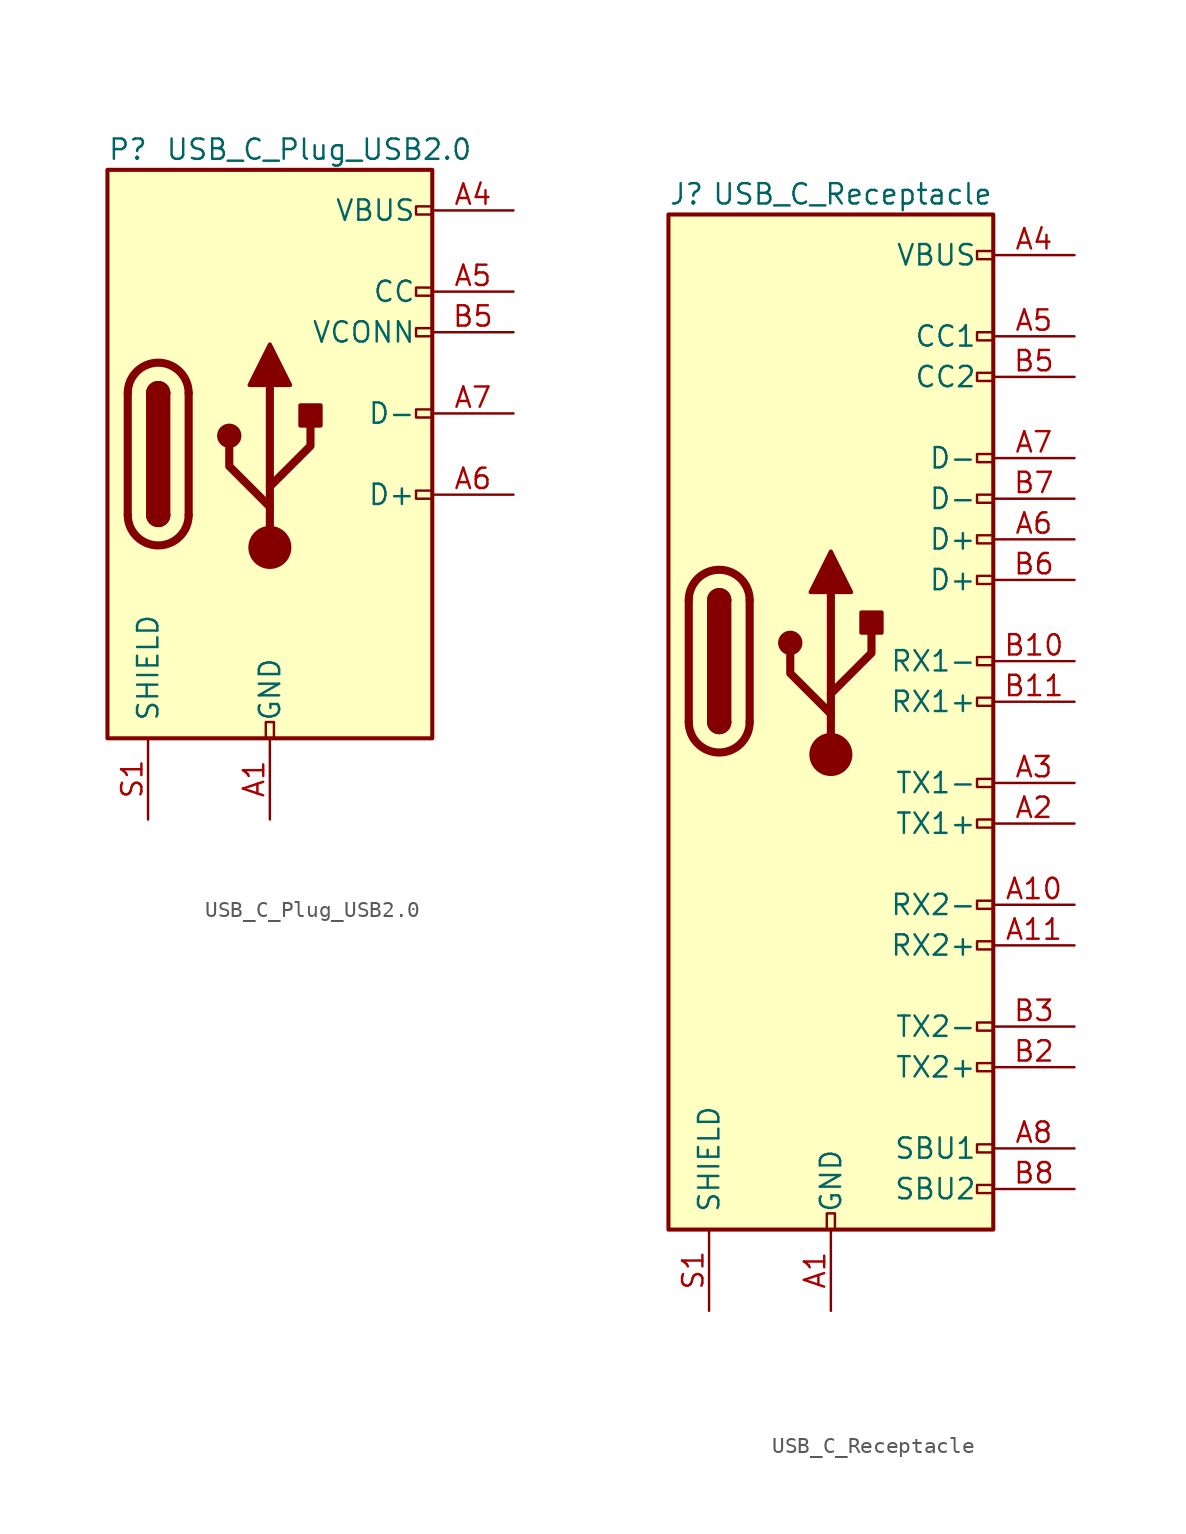
<source format=kicad_sym>
(kicad_symbol_lib
  (version 20201005)
  (generator kicad_symbol_editor)
  (symbol "Connector:USB_C_Plug_USB2.0"
    (pin_names
      (offset 1.016))
    (property "Reference" "P"
      (at -10.16 19.05 0)
      (effects (font (size 1.27 1.27)) (justify left)))
    (property "Value" "USB_C_Plug_USB2.0"
      (at 12.7 19.05 0)
      (effects (font (size 1.27 1.27)) (justify right)))
    (symbol "USB_C_Plug_USB2.0_0_0"
      (rectangle (start -0.254 -17.78) (end 0.254 -16.764) (stroke (width 0)) (fill (type none)))
      (rectangle (start 10.16 -2.286) (end 9.144 -2.794) (stroke (width 0)) (fill (type none)))
      (rectangle (start 10.16 2.794) (end 9.144 2.286) (stroke (width 0)) (fill (type none)))
      (rectangle (start 10.16 7.874) (end 9.144 7.366) (stroke (width 0)) (fill (type none)))
      (rectangle (start 10.16 10.414) (end 9.144 9.906) (stroke (width 0)) (fill (type none)))
      (rectangle (start 10.16 15.494) (end 9.144 14.986) (stroke (width 0)) (fill (type none))))
    (symbol "USB_C_Plug_USB2.0_0_1"
      (arc (start -8.89 -3.81) (end -5.08 -3.81) (radius (at -6.985 -3.81) (length 1.905) (angles -179.9 -0.1)) (stroke (width 0.508)) (fill (type none)))
      (arc (start -7.62 -3.81) (end -6.35 -3.81) (radius (at -6.985 -3.81) (length 0.635) (angles -179.9 -0.1)) (stroke (width 0.254)) (fill (type none)))
      (arc (start -7.62 -3.81) (end -6.35 -3.81) (radius (at -6.985 -3.81) (length 0.635) (angles -179.9 -0.1)) (stroke (width 0.254)) (fill (type outline)))
      (arc (start -6.35 3.81) (end -7.62 3.81) (radius (at -6.985 3.81) (length 0.635) (angles 0.1 179.9)) (stroke (width 0.254)) (fill (type outline)))
      (arc (start -6.35 3.81) (end -7.62 3.81) (radius (at -6.985 3.81) (length 0.635) (angles 0.1 179.9)) (stroke (width 0.254)) (fill (type none)))
      (arc (start -5.08 3.81) (end -8.89 3.81) (radius (at -6.985 3.81) (length 1.905) (angles 0.1 179.9)) (stroke (width 0.508)) (fill (type none)))
      (circle (center -2.54 1.143) (radius 0.635) (stroke (width 0.254)) (fill (type outline)))
      (circle (center 0 -5.842) (radius 1.27) (stroke (width 0)) (fill (type outline)))
      (rectangle (start -10.16 17.78) (end 10.16 -17.78) (stroke (width 0.254)) (fill (type background)))
      (rectangle (start -7.62 -3.81) (end -6.35 3.81) (stroke (width 0.254)) (fill (type outline)))
      (rectangle (start 1.905 1.778) (end 3.175 3.048) (stroke (width 0.254)) (fill (type outline)))
      (polyline (pts (xy -8.89 -3.81) (xy -8.89 3.81)) (stroke (width 0.508)) (fill (type none)))
      (polyline (pts (xy -5.08 3.81) (xy -5.08 -3.81)) (stroke (width 0.508)) (fill (type none)))
      (polyline (pts (xy 0 -5.842) (xy 0 4.318)) (stroke (width 0.508)) (fill (type none)))
      (polyline (pts (xy 0 -3.302) (xy -2.54 -0.762) (xy -2.54 0.508)) (stroke (width 0.508)) (fill (type none)))
      (polyline (pts (xy 0 -2.032) (xy 2.54 0.508) (xy 2.54 1.778)) (stroke (width 0.508)) (fill (type none)))
      (polyline (pts (xy -1.27 4.318) (xy 0 6.858) (xy 1.27 4.318) (xy -1.27 4.318)) (stroke (width 0.254)) (fill (type outline))))
    (symbol "USB_C_Plug_USB2.0_1_1"
      (pin passive line (at 0 -22.86 90) (length 5.08) (name "GND" (effects (font (size 1.27 1.27)))) (number "A1" (effects (font (size 1.27 1.27)))))
      (pin passive line (at 0 -22.86 90) (length 5.08) hide (name "GND" (effects (font (size 1.27 1.27)))) (number "A12" (effects (font (size 1.27 1.27)))))
      (pin passive line (at 15.24 15.24 180) (length 5.08) (name "VBUS" (effects (font (size 1.27 1.27)))) (number "A4" (effects (font (size 1.27 1.27)))))
      (pin bidirectional line (at 15.24 10.16 180) (length 5.08) (name "CC" (effects (font (size 1.27 1.27)))) (number "A5" (effects (font (size 1.27 1.27)))))
      (pin bidirectional line (at 15.24 -2.54 180) (length 5.08) (name "D+" (effects (font (size 1.27 1.27)))) (number "A6" (effects (font (size 1.27 1.27)))))
      (pin bidirectional line (at 15.24 2.54 180) (length 5.08) (name "D-" (effects (font (size 1.27 1.27)))) (number "A7" (effects (font (size 1.27 1.27)))))
      (pin passive line (at 15.24 15.24 180) (length 5.08) hide (name "VBUS" (effects (font (size 1.27 1.27)))) (number "A9" (effects (font (size 1.27 1.27)))))
      (pin passive line (at 0 -22.86 90) (length 5.08) hide (name "GND" (effects (font (size 1.27 1.27)))) (number "B1" (effects (font (size 1.27 1.27)))))
      (pin passive line (at 0 -22.86 90) (length 5.08) hide (name "GND" (effects (font (size 1.27 1.27)))) (number "B12" (effects (font (size 1.27 1.27)))))
      (pin passive line (at 15.24 15.24 180) (length 5.08) hide (name "VBUS" (effects (font (size 1.27 1.27)))) (number "B4" (effects (font (size 1.27 1.27)))))
      (pin bidirectional line (at 15.24 7.62 180) (length 5.08) (name "VCONN" (effects (font (size 1.27 1.27)))) (number "B5" (effects (font (size 1.27 1.27)))))
      (pin passive line (at 15.24 15.24 180) (length 5.08) hide (name "VBUS" (effects (font (size 1.27 1.27)))) (number "B9" (effects (font (size 1.27 1.27)))))
      (pin passive line (at -7.62 -22.86 90) (length 5.08) (name "SHIELD" (effects (font (size 1.27 1.27)))) (number "S1" (effects (font (size 1.27 1.27)))))))
  (symbol "Connector:USB_C_Receptacle"
    (pin_names
      (offset 1.016))
    (property "Reference" "J"
      (at -10.16 29.21 0)
      (effects (font (size 1.27 1.27)) (justify left)))
    (property "Value" "USB_C_Receptacle"
      (at 10.16 29.21 0)
      (effects (font (size 1.27 1.27)) (justify right)))
    (symbol "USB_C_Receptacle_0_0"
      (rectangle (start -0.254 -35.56) (end 0.254 -34.544) (stroke (width 0)) (fill (type none)))
      (rectangle (start 10.16 -32.766) (end 9.144 -33.274) (stroke (width 0)) (fill (type none)))
      (rectangle (start 10.16 -30.226) (end 9.144 -30.734) (stroke (width 0)) (fill (type none)))
      (rectangle (start 10.16 -25.146) (end 9.144 -25.654) (stroke (width 0)) (fill (type none)))
      (rectangle (start 10.16 -22.606) (end 9.144 -23.114) (stroke (width 0)) (fill (type none)))
      (rectangle (start 10.16 -17.526) (end 9.144 -18.034) (stroke (width 0)) (fill (type none)))
      (rectangle (start 10.16 -14.986) (end 9.144 -15.494) (stroke (width 0)) (fill (type none)))
      (rectangle (start 10.16 -9.906) (end 9.144 -10.414) (stroke (width 0)) (fill (type none)))
      (rectangle (start 10.16 -7.366) (end 9.144 -7.874) (stroke (width 0)) (fill (type none)))
      (rectangle (start 10.16 -2.286) (end 9.144 -2.794) (stroke (width 0)) (fill (type none)))
      (rectangle (start 10.16 0.254) (end 9.144 -0.254) (stroke (width 0)) (fill (type none)))
      (rectangle (start 10.16 5.334) (end 9.144 4.826) (stroke (width 0)) (fill (type none)))
      (rectangle (start 10.16 7.874) (end 9.144 7.366) (stroke (width 0)) (fill (type none)))
      (rectangle (start 10.16 10.414) (end 9.144 9.906) (stroke (width 0)) (fill (type none)))
      (rectangle (start 10.16 12.954) (end 9.144 12.446) (stroke (width 0)) (fill (type none)))
      (rectangle (start 10.16 18.034) (end 9.144 17.526) (stroke (width 0)) (fill (type none)))
      (rectangle (start 10.16 20.574) (end 9.144 20.066) (stroke (width 0)) (fill (type none)))
      (rectangle (start 10.16 25.654) (end 9.144 25.146) (stroke (width 0)) (fill (type none))))
    (symbol "USB_C_Receptacle_0_1"
      (arc (start -8.89 -3.81) (end -5.08 -3.81) (radius (at -6.985 -3.81) (length 1.905) (angles -179.9 -0.1)) (stroke (width 0.508)) (fill (type none)))
      (arc (start -7.62 -3.81) (end -6.35 -3.81) (radius (at -6.985 -3.81) (length 0.635) (angles -179.9 -0.1)) (stroke (width 0.254)) (fill (type none)))
      (arc (start -7.62 -3.81) (end -6.35 -3.81) (radius (at -6.985 -3.81) (length 0.635) (angles -179.9 -0.1)) (stroke (width 0.254)) (fill (type outline)))
      (arc (start -6.35 3.81) (end -7.62 3.81) (radius (at -6.985 3.81) (length 0.635) (angles 0.1 179.9)) (stroke (width 0.254)) (fill (type outline)))
      (arc (start -6.35 3.81) (end -7.62 3.81) (radius (at -6.985 3.81) (length 0.635) (angles 0.1 179.9)) (stroke (width 0.254)) (fill (type none)))
      (arc (start -5.08 3.81) (end -8.89 3.81) (radius (at -6.985 3.81) (length 1.905) (angles 0.1 179.9)) (stroke (width 0.508)) (fill (type none)))
      (rectangle (start -10.16 27.94) (end 10.16 -35.56) (stroke (width 0.254)) (fill (type background)))
      (rectangle (start -7.62 -3.81) (end -6.35 3.81) (stroke (width 0.254)) (fill (type outline)))
      (polyline (pts (xy -8.89 -3.81) (xy -8.89 3.81)) (stroke (width 0.508)) (fill (type none)))
      (polyline (pts (xy -5.08 3.81) (xy -5.08 -3.81)) (stroke (width 0.508)) (fill (type none))))
    (symbol "USB_C_Receptacle_1_1"
      (circle (center -2.54 1.143) (radius 0.635) (stroke (width 0.254)) (fill (type outline)))
      (circle (center 0 -5.842) (radius 1.27) (stroke (width 0)) (fill (type outline)))
      (rectangle (start 1.905 1.778) (end 3.175 3.048) (stroke (width 0.254)) (fill (type outline)))
      (polyline (pts (xy 0 -5.842) (xy 0 4.318)) (stroke (width 0.508)) (fill (type none)))
      (polyline (pts (xy 0 -3.302) (xy -2.54 -0.762) (xy -2.54 0.508)) (stroke (width 0.508)) (fill (type none)))
      (polyline (pts (xy 0 -2.032) (xy 2.54 0.508) (xy 2.54 1.778)) (stroke (width 0.508)) (fill (type none)))
      (polyline (pts (xy -1.27 4.318) (xy 0 6.858) (xy 1.27 4.318) (xy -1.27 4.318)) (stroke (width 0.254)) (fill (type outline)))
      (pin passive line (at 0 -40.64 90) (length 5.08) (name "GND" (effects (font (size 1.27 1.27)))) (number "A1" (effects (font (size 1.27 1.27)))))
      (pin bidirectional line (at 15.24 -15.24 180) (length 5.08) (name "RX2-" (effects (font (size 1.27 1.27)))) (number "A10" (effects (font (size 1.27 1.27)))))
      (pin bidirectional line (at 15.24 -17.78 180) (length 5.08) (name "RX2+" (effects (font (size 1.27 1.27)))) (number "A11" (effects (font (size 1.27 1.27)))))
      (pin passive line (at 0 -40.64 90) (length 5.08) hide (name "GND" (effects (font (size 1.27 1.27)))) (number "A12" (effects (font (size 1.27 1.27)))))
      (pin bidirectional line (at 15.24 -10.16 180) (length 5.08) (name "TX1+" (effects (font (size 1.27 1.27)))) (number "A2" (effects (font (size 1.27 1.27)))))
      (pin bidirectional line (at 15.24 -7.62 180) (length 5.08) (name "TX1-" (effects (font (size 1.27 1.27)))) (number "A3" (effects (font (size 1.27 1.27)))))
      (pin passive line (at 15.24 25.4 180) (length 5.08) (name "VBUS" (effects (font (size 1.27 1.27)))) (number "A4" (effects (font (size 1.27 1.27)))))
      (pin bidirectional line (at 15.24 20.32 180) (length 5.08) (name "CC1" (effects (font (size 1.27 1.27)))) (number "A5" (effects (font (size 1.27 1.27)))))
      (pin bidirectional line (at 15.24 7.62 180) (length 5.08) (name "D+" (effects (font (size 1.27 1.27)))) (number "A6" (effects (font (size 1.27 1.27)))))
      (pin bidirectional line (at 15.24 12.7 180) (length 5.08) (name "D-" (effects (font (size 1.27 1.27)))) (number "A7" (effects (font (size 1.27 1.27)))))
      (pin bidirectional line (at 15.24 -30.48 180) (length 5.08) (name "SBU1" (effects (font (size 1.27 1.27)))) (number "A8" (effects (font (size 1.27 1.27)))))
      (pin passive line (at 15.24 25.4 180) (length 5.08) hide (name "VBUS" (effects (font (size 1.27 1.27)))) (number "A9" (effects (font (size 1.27 1.27)))))
      (pin passive line (at 0 -40.64 90) (length 5.08) hide (name "GND" (effects (font (size 1.27 1.27)))) (number "B1" (effects (font (size 1.27 1.27)))))
      (pin bidirectional line (at 15.24 0 180) (length 5.08) (name "RX1-" (effects (font (size 1.27 1.27)))) (number "B10" (effects (font (size 1.27 1.27)))))
      (pin bidirectional line (at 15.24 -2.54 180) (length 5.08) (name "RX1+" (effects (font (size 1.27 1.27)))) (number "B11" (effects (font (size 1.27 1.27)))))
      (pin passive line (at 0 -40.64 90) (length 5.08) hide (name "GND" (effects (font (size 1.27 1.27)))) (number "B12" (effects (font (size 1.27 1.27)))))
      (pin bidirectional line (at 15.24 -25.4 180) (length 5.08) (name "TX2+" (effects (font (size 1.27 1.27)))) (number "B2" (effects (font (size 1.27 1.27)))))
      (pin bidirectional line (at 15.24 -22.86 180) (length 5.08) (name "TX2-" (effects (font (size 1.27 1.27)))) (number "B3" (effects (font (size 1.27 1.27)))))
      (pin passive line (at 15.24 25.4 180) (length 5.08) hide (name "VBUS" (effects (font (size 1.27 1.27)))) (number "B4" (effects (font (size 1.27 1.27)))))
      (pin bidirectional line (at 15.24 17.78 180) (length 5.08) (name "CC2" (effects (font (size 1.27 1.27)))) (number "B5" (effects (font (size 1.27 1.27)))))
      (pin bidirectional line (at 15.24 5.08 180) (length 5.08) (name "D+" (effects (font (size 1.27 1.27)))) (number "B6" (effects (font (size 1.27 1.27)))))
      (pin bidirectional line (at 15.24 10.16 180) (length 5.08) (name "D-" (effects (font (size 1.27 1.27)))) (number "B7" (effects (font (size 1.27 1.27)))))
      (pin bidirectional line (at 15.24 -33.02 180) (length 5.08) (name "SBU2" (effects (font (size 1.27 1.27)))) (number "B8" (effects (font (size 1.27 1.27)))))
      (pin passive line (at 15.24 25.4 180) (length 5.08) hide (name "VBUS" (effects (font (size 1.27 1.27)))) (number "B9" (effects (font (size 1.27 1.27)))))
      (pin passive line (at -7.62 -40.64 90) (length 5.08) (name "SHIELD" (effects (font (size 1.27 1.27)))) (number "S1" (effects (font (size 1.27 1.27))))))))
</source>
